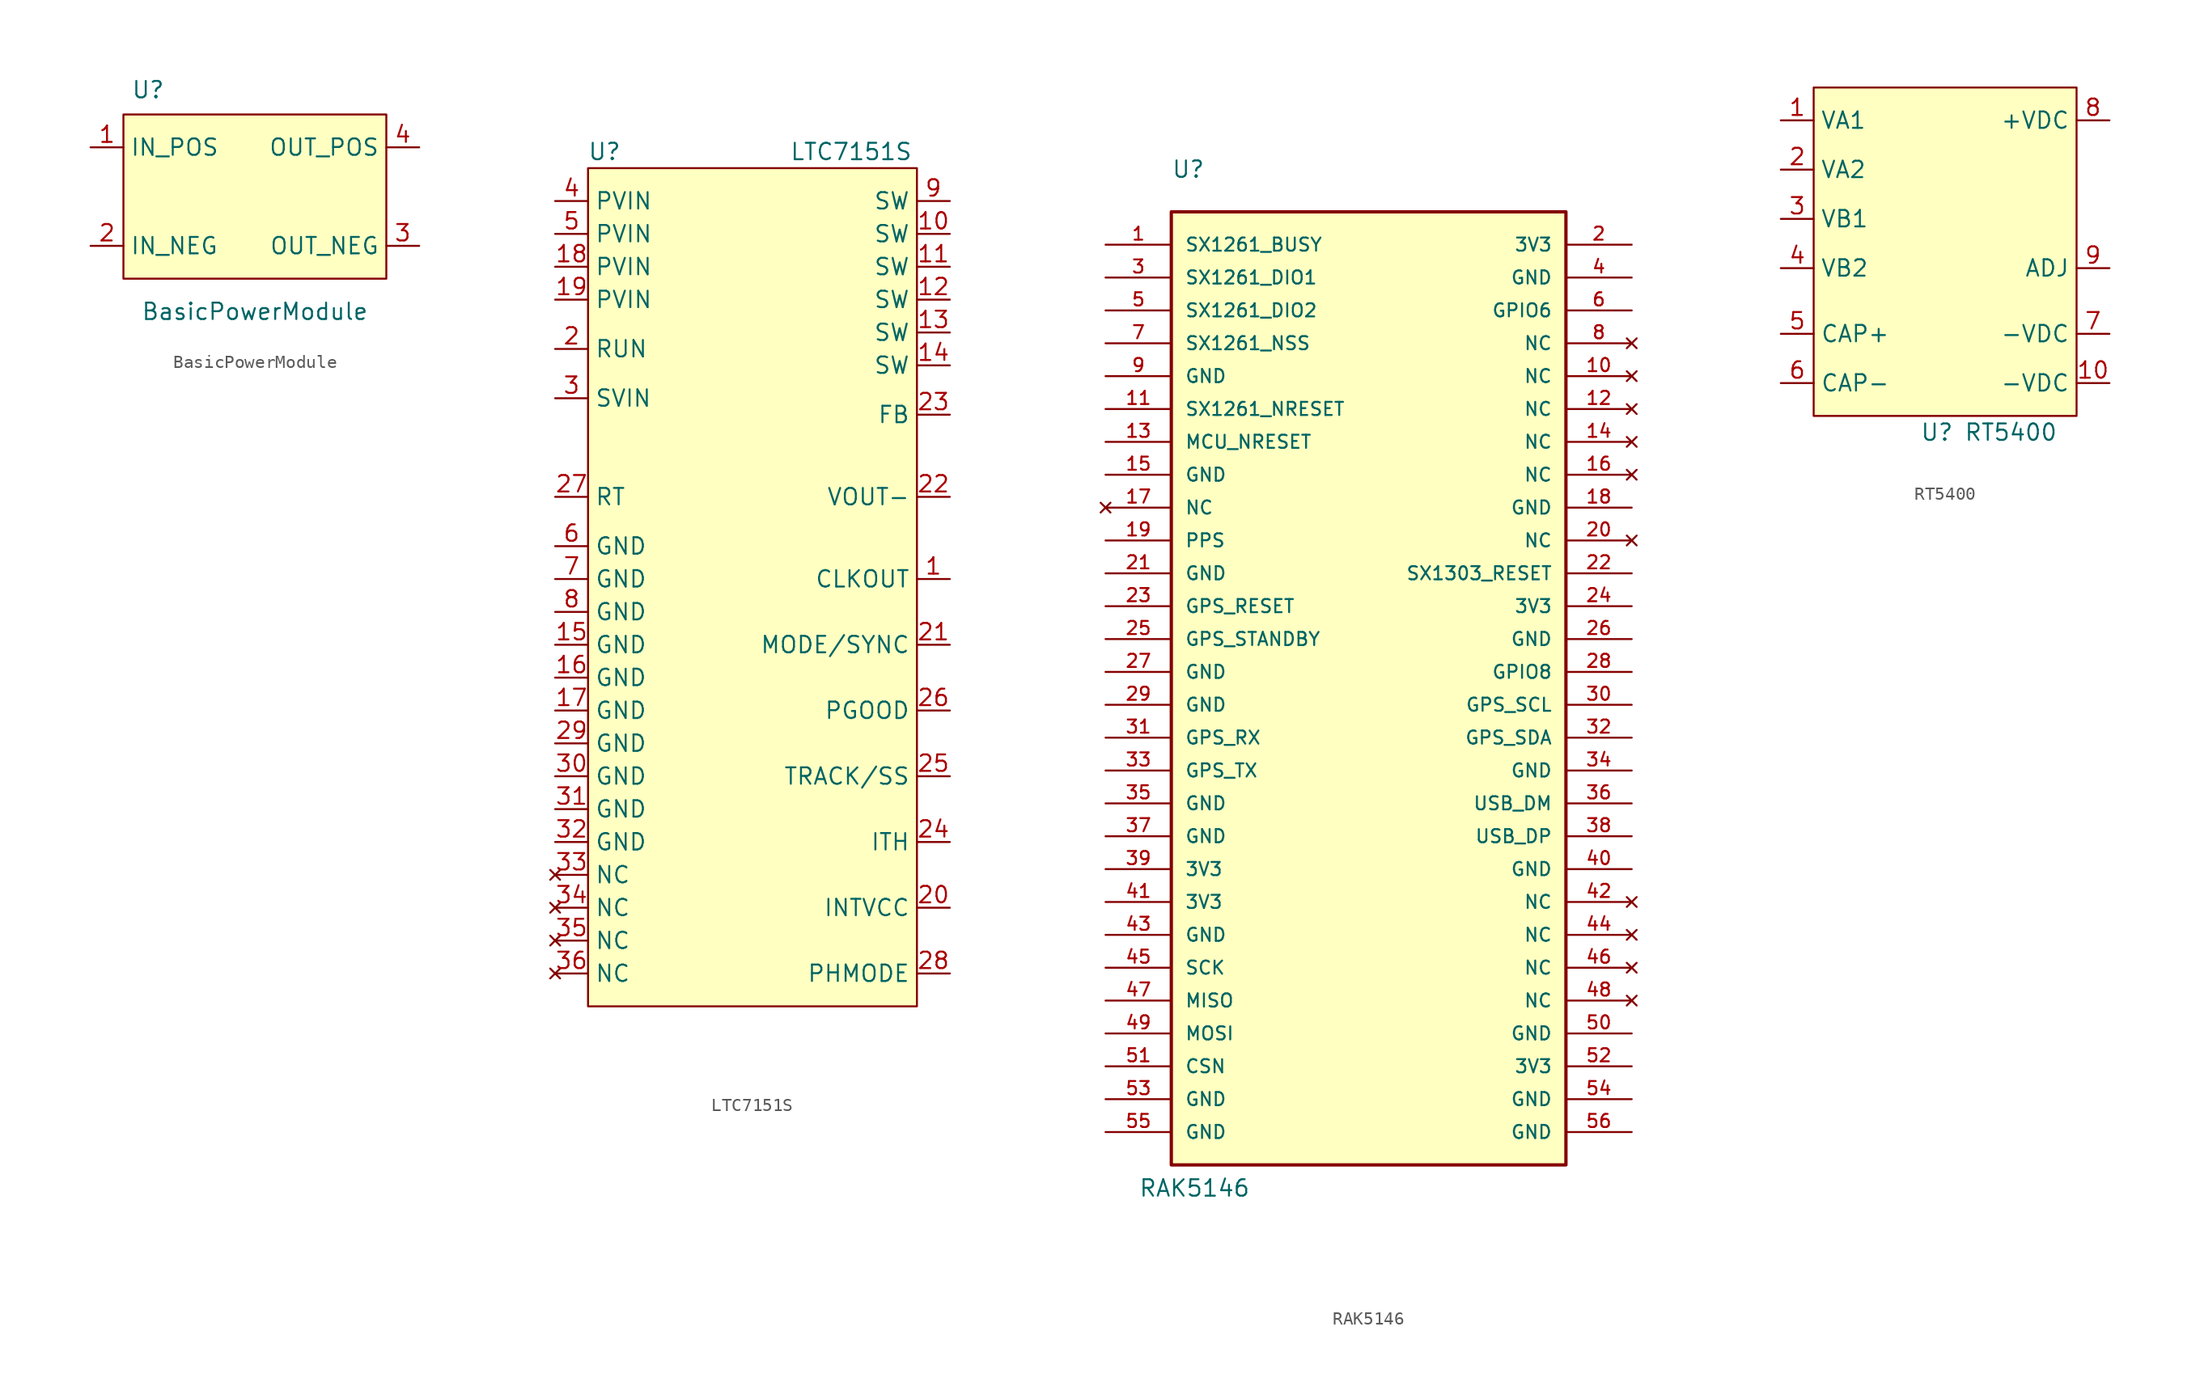
<source format=kicad_sym>
(kicad_symbol_lib
  (version 20211014)
  (generator kicad_symbol_editor)
  (symbol "BasicPowerModule"
    (property "Reference" "U"
      (at -8.255 6.985 0)
      (effects (font (size 1.27 1.27))))
    (property "Value" "BasicPowerModule"
      (at 0 -10.16 0)
      (effects (font (size 1.27 1.27))))
    (symbol "BasicPowerModule_0_1"
      (rectangle (start -10.16 5.08) (end 10.16 -7.62) (stroke (width 0) (type default) (color 0 0 0 0)) (fill (type background))))
    (symbol "BasicPowerModule_1_1"
      (pin power_in line (at -12.7 2.54 0) (length 2.54) (name "IN_POS" (effects (font (size 1.27 1.27)))) (number "1" (effects (font (size 1.27 1.27)))))
      (pin power_in line (at -12.7 -5.08 0) (length 2.54) (name "IN_NEG" (effects (font (size 1.27 1.27)))) (number "2" (effects (font (size 1.27 1.27)))))
      (pin power_out line (at 12.7 -5.08 180) (length 2.54) (name "OUT_NEG" (effects (font (size 1.27 1.27)))) (number "3" (effects (font (size 1.27 1.27)))))
      (pin power_out line (at 12.7 2.54 180) (length 2.54) (name "OUT_POS" (effects (font (size 1.27 1.27)))) (number "4" (effects (font (size 1.27 1.27)))))))
  (symbol "LTC7151S"
    (property "Reference" "U"
      (at -11.43 34.29 0)
      (effects (font (size 1.27 1.27))))
    (property "Value" "LTC7151S"
      (at 7.62 34.29 0)
      (effects (font (size 1.27 1.27))))
    (symbol "LTC7151S_0_1"
      (rectangle (start -12.7 33.02) (end 12.7 -31.75) (stroke (width 0) (type default) (color 0 0 0 0)) (fill (type background))))
    (symbol "LTC7151S_1_1"
      (pin output line (at 15.24 1.27 180) (length 2.54) (name "CLKOUT" (effects (font (size 1.27 1.27)))) (number "1" (effects (font (size 1.27 1.27)))))
      (pin power_out line (at 15.24 27.94 180) (length 2.54) (name "SW" (effects (font (size 1.27 1.27)))) (number "10" (effects (font (size 1.27 1.27)))))
      (pin power_out line (at 15.24 25.4 180) (length 2.54) (name "SW" (effects (font (size 1.27 1.27)))) (number "11" (effects (font (size 1.27 1.27)))))
      (pin power_out line (at 15.24 22.86 180) (length 2.54) (name "SW" (effects (font (size 1.27 1.27)))) (number "12" (effects (font (size 1.27 1.27)))))
      (pin power_out line (at 15.24 20.32 180) (length 2.54) (name "SW" (effects (font (size 1.27 1.27)))) (number "13" (effects (font (size 1.27 1.27)))))
      (pin power_out line (at 15.24 17.78 180) (length 2.54) (name "SW" (effects (font (size 1.27 1.27)))) (number "14" (effects (font (size 1.27 1.27)))))
      (pin power_in line (at -15.24 -3.81 0) (length 2.54) (name "GND" (effects (font (size 1.27 1.27)))) (number "15" (effects (font (size 1.27 1.27)))))
      (pin power_in line (at -15.24 -6.35 0) (length 2.54) (name "GND" (effects (font (size 1.27 1.27)))) (number "16" (effects (font (size 1.27 1.27)))))
      (pin power_in line (at -15.24 -8.89 0) (length 2.54) (name "GND" (effects (font (size 1.27 1.27)))) (number "17" (effects (font (size 1.27 1.27)))))
      (pin power_in line (at -15.24 25.4 0) (length 2.54) (name "PVIN" (effects (font (size 1.27 1.27)))) (number "18" (effects (font (size 1.27 1.27)))))
      (pin power_in line (at -15.24 22.86 0) (length 2.54) (name "PVIN" (effects (font (size 1.27 1.27)))) (number "19" (effects (font (size 1.27 1.27)))))
      (pin input line (at -15.24 19.05 0) (length 2.54) (name "RUN" (effects (font (size 1.27 1.27)))) (number "2" (effects (font (size 1.27 1.27)))))
      (pin power_out line (at 15.24 -24.13 180) (length 2.54) (name "INTVCC" (effects (font (size 1.27 1.27)))) (number "20" (effects (font (size 1.27 1.27)))))
      (pin input line (at 15.24 -3.81 180) (length 2.54) (name "MODE/SYNC" (effects (font (size 1.27 1.27)))) (number "21" (effects (font (size 1.27 1.27)))))
      (pin power_out line (at 15.24 7.62 180) (length 2.54) (name "VOUT-" (effects (font (size 1.27 1.27)))) (number "22" (effects (font (size 1.27 1.27)))))
      (pin input line (at 15.24 13.97 180) (length 2.54) (name "FB" (effects (font (size 1.27 1.27)))) (number "23" (effects (font (size 1.27 1.27)))))
      (pin output line (at 15.24 -19.05 180) (length 2.54) (name "ITH" (effects (font (size 1.27 1.27)))) (number "24" (effects (font (size 1.27 1.27)))))
      (pin output line (at 15.24 -13.97 180) (length 2.54) (name "TRACK/SS" (effects (font (size 1.27 1.27)))) (number "25" (effects (font (size 1.27 1.27)))))
      (pin output line (at 15.24 -8.89 180) (length 2.54) (name "PGOOD" (effects (font (size 1.27 1.27)))) (number "26" (effects (font (size 1.27 1.27)))))
      (pin input line (at -15.24 7.62 0) (length 2.54) (name "RT" (effects (font (size 1.27 1.27)))) (number "27" (effects (font (size 1.27 1.27)))))
      (pin input line (at 15.24 -29.21 180) (length 2.54) (name "PHMODE" (effects (font (size 1.27 1.27)))) (number "28" (effects (font (size 1.27 1.27)))))
      (pin power_in line (at -15.24 -11.43 0) (length 2.54) (name "GND" (effects (font (size 1.27 1.27)))) (number "29" (effects (font (size 1.27 1.27)))))
      (pin power_in line (at -15.24 15.24 0) (length 2.54) (name "SVIN" (effects (font (size 1.27 1.27)))) (number "3" (effects (font (size 1.27 1.27)))))
      (pin power_in line (at -15.24 -13.97 0) (length 2.54) (name "GND" (effects (font (size 1.27 1.27)))) (number "30" (effects (font (size 1.27 1.27)))))
      (pin power_in line (at -15.24 -16.51 0) (length 2.54) (name "GND" (effects (font (size 1.27 1.27)))) (number "31" (effects (font (size 1.27 1.27)))))
      (pin power_in line (at -15.24 -19.05 0) (length 2.54) (name "GND" (effects (font (size 1.27 1.27)))) (number "32" (effects (font (size 1.27 1.27)))))
      (pin no_connect line (at -15.24 -21.59 0) (length 2.54) (name "NC" (effects (font (size 1.27 1.27)))) (number "33" (effects (font (size 1.27 1.27)))))
      (pin no_connect line (at -15.24 -24.13 0) (length 2.54) (name "NC" (effects (font (size 1.27 1.27)))) (number "34" (effects (font (size 1.27 1.27)))))
      (pin no_connect line (at -15.24 -26.67 0) (length 2.54) (name "NC" (effects (font (size 1.27 1.27)))) (number "35" (effects (font (size 1.27 1.27)))))
      (pin no_connect line (at -15.24 -29.21 0) (length 2.54) (name "NC" (effects (font (size 1.27 1.27)))) (number "36" (effects (font (size 1.27 1.27)))))
      (pin power_in line (at -15.24 30.48 0) (length 2.54) (name "PVIN" (effects (font (size 1.27 1.27)))) (number "4" (effects (font (size 1.27 1.27)))))
      (pin power_in line (at -15.24 27.94 0) (length 2.54) (name "PVIN" (effects (font (size 1.27 1.27)))) (number "5" (effects (font (size 1.27 1.27)))))
      (pin power_in line (at -15.24 3.81 0) (length 2.54) (name "GND" (effects (font (size 1.27 1.27)))) (number "6" (effects (font (size 1.27 1.27)))))
      (pin power_in line (at -15.24 1.27 0) (length 2.54) (name "GND" (effects (font (size 1.27 1.27)))) (number "7" (effects (font (size 1.27 1.27)))))
      (pin power_in line (at -15.24 -1.27 0) (length 2.54) (name "GND" (effects (font (size 1.27 1.27)))) (number "8" (effects (font (size 1.27 1.27)))))
      (pin power_out line (at 15.24 30.48 180) (length 2.54) (name "SW" (effects (font (size 1.27 1.27)))) (number "9" (effects (font (size 1.27 1.27)))))))
  (symbol "RAK5146"
    (pin_names
      (offset 1.016))
    (property "Reference" "U"
      (at -15.24 38.1 0)
      (effects (font (size 1.27 1.27)) (justify left bottom)))
    (property "Value" "RAK5146"
      (at -17.78 -40.64 0)
      (effects (font (size 1.27 1.27)) (justify left bottom)))
    (symbol "RAK5146_0_0"
      (rectangle (start -15.24 35.56) (end 15.24 -38.1) (stroke (width 0.254) (type default) (color 0 0 0 0)) (fill (type background)))
      (pin output line (at -20.32 33.02 0) (length 5.08) (name "SX1261_BUSY" (effects (font (size 1.016 1.016)))) (number "1" (effects (font (size 1.016 1.016)))))
      (pin no_connect line (at 20.32 22.86 180) (length 5.08) (name "NC" (effects (font (size 1.016 1.016)))) (number "10" (effects (font (size 1.016 1.016)))))
      (pin input line (at -20.32 20.32 0) (length 5.08) (name "SX1261_NRESET" (effects (font (size 1.016 1.016)))) (number "11" (effects (font (size 1.016 1.016)))))
      (pin no_connect line (at 20.32 20.32 180) (length 5.08) (name "NC" (effects (font (size 1.016 1.016)))) (number "12" (effects (font (size 1.016 1.016)))))
      (pin input line (at -20.32 17.78 0) (length 5.08) (name "MCU_NRESET" (effects (font (size 1.016 1.016)))) (number "13" (effects (font (size 1.016 1.016)))))
      (pin no_connect line (at 20.32 17.78 180) (length 5.08) (name "NC" (effects (font (size 1.016 1.016)))) (number "14" (effects (font (size 1.016 1.016)))))
      (pin power_in line (at -20.32 15.24 0) (length 5.08) (name "GND" (effects (font (size 1.016 1.016)))) (number "15" (effects (font (size 1.016 1.016)))))
      (pin no_connect line (at 20.32 15.24 180) (length 5.08) (name "NC" (effects (font (size 1.016 1.016)))) (number "16" (effects (font (size 1.016 1.016)))))
      (pin no_connect line (at -20.32 12.7 0) (length 5.08) (name "NC" (effects (font (size 1.016 1.016)))) (number "17" (effects (font (size 1.016 1.016)))))
      (pin power_in line (at 20.32 12.7 180) (length 5.08) (name "GND" (effects (font (size 1.016 1.016)))) (number "18" (effects (font (size 1.016 1.016)))))
      (pin output line (at -20.32 10.16 0) (length 5.08) (name "PPS" (effects (font (size 1.016 1.016)))) (number "19" (effects (font (size 1.016 1.016)))))
      (pin power_in line (at 20.32 33.02 180) (length 5.08) (name "3V3" (effects (font (size 1.016 1.016)))) (number "2" (effects (font (size 1.016 1.016)))))
      (pin no_connect line (at 20.32 10.16 180) (length 5.08) (name "NC" (effects (font (size 1.016 1.016)))) (number "20" (effects (font (size 1.016 1.016)))))
      (pin power_in line (at -20.32 7.62 0) (length 5.08) (name "GND" (effects (font (size 1.016 1.016)))) (number "21" (effects (font (size 1.016 1.016)))))
      (pin input line (at 20.32 7.62 180) (length 5.08) (name "SX1303_RESET" (effects (font (size 1.016 1.016)))) (number "22" (effects (font (size 1.016 1.016)))))
      (pin input line (at -20.32 5.08 0) (length 5.08) (name "GPS_RESET" (effects (font (size 1.016 1.016)))) (number "23" (effects (font (size 1.016 1.016)))))
      (pin power_in line (at 20.32 5.08 180) (length 5.08) (name "3V3" (effects (font (size 1.016 1.016)))) (number "24" (effects (font (size 1.016 1.016)))))
      (pin input line (at -20.32 2.54 0) (length 5.08) (name "GPS_STANDBY" (effects (font (size 1.016 1.016)))) (number "25" (effects (font (size 1.016 1.016)))))
      (pin power_in line (at 20.32 2.54 180) (length 5.08) (name "GND" (effects (font (size 1.016 1.016)))) (number "26" (effects (font (size 1.016 1.016)))))
      (pin power_in line (at -20.32 0 0) (length 5.08) (name "GND" (effects (font (size 1.016 1.016)))) (number "27" (effects (font (size 1.016 1.016)))))
      (pin bidirectional line (at 20.32 0 180) (length 5.08) (name "GPIO8" (effects (font (size 1.016 1.016)))) (number "28" (effects (font (size 1.016 1.016)))))
      (pin power_in line (at -20.32 -2.54 0) (length 5.08) (name "GND" (effects (font (size 1.016 1.016)))) (number "29" (effects (font (size 1.016 1.016)))))
      (pin bidirectional line (at -20.32 30.48 0) (length 5.08) (name "SX1261_DIO1" (effects (font (size 1.016 1.016)))) (number "3" (effects (font (size 1.016 1.016)))))
      (pin bidirectional line (at 20.32 -2.54 180) (length 5.08) (name "GPS_SCL" (effects (font (size 1.016 1.016)))) (number "30" (effects (font (size 1.016 1.016)))))
      (pin bidirectional line (at -20.32 -5.08 0) (length 5.08) (name "GPS_RX" (effects (font (size 1.016 1.016)))) (number "31" (effects (font (size 1.016 1.016)))))
      (pin bidirectional line (at 20.32 -5.08 180) (length 5.08) (name "GPS_SDA" (effects (font (size 1.016 1.016)))) (number "32" (effects (font (size 1.016 1.016)))))
      (pin bidirectional line (at -20.32 -7.62 0) (length 5.08) (name "GPS_TX" (effects (font (size 1.016 1.016)))) (number "33" (effects (font (size 1.016 1.016)))))
      (pin power_in line (at 20.32 -7.62 180) (length 5.08) (name "GND" (effects (font (size 1.016 1.016)))) (number "34" (effects (font (size 1.016 1.016)))))
      (pin power_in line (at -20.32 -10.16 0) (length 5.08) (name "GND" (effects (font (size 1.016 1.016)))) (number "35" (effects (font (size 1.016 1.016)))))
      (pin bidirectional line (at 20.32 -10.16 180) (length 5.08) (name "USB_DM" (effects (font (size 1.016 1.016)))) (number "36" (effects (font (size 1.016 1.016)))))
      (pin power_in line (at -20.32 -12.7 0) (length 5.08) (name "GND" (effects (font (size 1.016 1.016)))) (number "37" (effects (font (size 1.016 1.016)))))
      (pin bidirectional line (at 20.32 -12.7 180) (length 5.08) (name "USB_DP" (effects (font (size 1.016 1.016)))) (number "38" (effects (font (size 1.016 1.016)))))
      (pin power_in line (at -20.32 -15.24 0) (length 5.08) (name "3V3" (effects (font (size 1.016 1.016)))) (number "39" (effects (font (size 1.016 1.016)))))
      (pin power_in line (at 20.32 30.48 180) (length 5.08) (name "GND" (effects (font (size 1.016 1.016)))) (number "4" (effects (font (size 1.016 1.016)))))
      (pin power_in line (at 20.32 -15.24 180) (length 5.08) (name "GND" (effects (font (size 1.016 1.016)))) (number "40" (effects (font (size 1.016 1.016)))))
      (pin power_in line (at -20.32 -17.78 0) (length 5.08) (name "3V3" (effects (font (size 1.016 1.016)))) (number "41" (effects (font (size 1.016 1.016)))))
      (pin no_connect line (at 20.32 -17.78 180) (length 5.08) (name "NC" (effects (font (size 1.016 1.016)))) (number "42" (effects (font (size 1.016 1.016)))))
      (pin power_in line (at -20.32 -20.32 0) (length 5.08) (name "GND" (effects (font (size 1.016 1.016)))) (number "43" (effects (font (size 1.016 1.016)))))
      (pin no_connect line (at 20.32 -20.32 180) (length 5.08) (name "NC" (effects (font (size 1.016 1.016)))) (number "44" (effects (font (size 1.016 1.016)))))
      (pin bidirectional line (at -20.32 -22.86 0) (length 5.08) (name "SCK" (effects (font (size 1.016 1.016)))) (number "45" (effects (font (size 1.016 1.016)))))
      (pin no_connect line (at 20.32 -22.86 180) (length 5.08) (name "NC" (effects (font (size 1.016 1.016)))) (number "46" (effects (font (size 1.016 1.016)))))
      (pin bidirectional line (at -20.32 -25.4 0) (length 5.08) (name "MISO" (effects (font (size 1.016 1.016)))) (number "47" (effects (font (size 1.016 1.016)))))
      (pin no_connect line (at 20.32 -25.4 180) (length 5.08) (name "NC" (effects (font (size 1.016 1.016)))) (number "48" (effects (font (size 1.016 1.016)))))
      (pin bidirectional line (at -20.32 -27.94 0) (length 5.08) (name "MOSI" (effects (font (size 1.016 1.016)))) (number "49" (effects (font (size 1.016 1.016)))))
      (pin bidirectional line (at -20.32 27.94 0) (length 5.08) (name "SX1261_DIO2" (effects (font (size 1.016 1.016)))) (number "5" (effects (font (size 1.016 1.016)))))
      (pin power_in line (at 20.32 -27.94 180) (length 5.08) (name "GND" (effects (font (size 1.016 1.016)))) (number "50" (effects (font (size 1.016 1.016)))))
      (pin bidirectional line (at -20.32 -30.48 0) (length 5.08) (name "CSN" (effects (font (size 1.016 1.016)))) (number "51" (effects (font (size 1.016 1.016)))))
      (pin power_in line (at 20.32 -30.48 180) (length 5.08) (name "3V3" (effects (font (size 1.016 1.016)))) (number "52" (effects (font (size 1.016 1.016)))))
      (pin passive line (at -20.32 -33.02 0) (length 5.08) (name "GND" (effects (font (size 1.016 1.016)))) (number "53" (effects (font (size 1.016 1.016)))))
      (pin passive line (at 20.32 -33.02 180) (length 5.08) (name "GND" (effects (font (size 1.016 1.016)))) (number "54" (effects (font (size 1.016 1.016)))))
      (pin passive line (at -20.32 -35.56 0) (length 5.08) (name "GND" (effects (font (size 1.016 1.016)))) (number "55" (effects (font (size 1.016 1.016)))))
      (pin passive line (at 20.32 -35.56 180) (length 5.08) (name "GND" (effects (font (size 1.016 1.016)))) (number "56" (effects (font (size 1.016 1.016)))))
      (pin bidirectional line (at 20.32 27.94 180) (length 5.08) (name "GPIO6" (effects (font (size 1.016 1.016)))) (number "6" (effects (font (size 1.016 1.016)))))
      (pin input line (at -20.32 25.4 0) (length 5.08) (name "SX1261_NSS" (effects (font (size 1.016 1.016)))) (number "7" (effects (font (size 1.016 1.016)))))
      (pin no_connect line (at 20.32 25.4 180) (length 5.08) (name "NC" (effects (font (size 1.016 1.016)))) (number "8" (effects (font (size 1.016 1.016)))))
      (pin power_in line (at -20.32 22.86 0) (length 5.08) (name "GND" (effects (font (size 1.016 1.016)))) (number "9" (effects (font (size 1.016 1.016)))))))
  (symbol "RT5400"
    (property "Reference" "U"
      (at -0.635 -13.97 0)
      (effects (font (size 1.27 1.27))))
    (property "Value" "RT5400"
      (at 5.08 -13.97 0)
      (effects (font (size 1.27 1.27))))
    (symbol "RT5400_0_1"
      (rectangle (start -10.16 12.7) (end 10.16 -12.7) (stroke (width 0) (type default) (color 0 0 0 0)) (fill (type background))))
    (symbol "RT5400_1_1"
      (pin power_in line (at -12.7 10.16 0) (length 2.54) (name "VA1" (effects (font (size 1.27 1.27)))) (number "1" (effects (font (size 1.27 1.27)))))
      (pin power_out line (at 12.7 -10.16 180) (length 2.54) (name "-VDC" (effects (font (size 1.27 1.27)))) (number "10" (effects (font (size 1.27 1.27)))))
      (pin power_in line (at -12.7 6.35 0) (length 2.54) (name "VA2" (effects (font (size 1.27 1.27)))) (number "2" (effects (font (size 1.27 1.27)))))
      (pin power_in line (at -12.7 2.54 0) (length 2.54) (name "VB1" (effects (font (size 1.27 1.27)))) (number "3" (effects (font (size 1.27 1.27)))))
      (pin power_in line (at -12.7 -1.27 0) (length 2.54) (name "VB2" (effects (font (size 1.27 1.27)))) (number "4" (effects (font (size 1.27 1.27)))))
      (pin power_in line (at -12.7 -6.35 0) (length 2.54) (name "CAP+" (effects (font (size 1.27 1.27)))) (number "5" (effects (font (size 1.27 1.27)))))
      (pin power_in line (at -12.7 -10.16 0) (length 2.54) (name "CAP-" (effects (font (size 1.27 1.27)))) (number "6" (effects (font (size 1.27 1.27)))))
      (pin power_out line (at 12.7 -6.35 180) (length 2.54) (name "-VDC" (effects (font (size 1.27 1.27)))) (number "7" (effects (font (size 1.27 1.27)))))
      (pin power_out line (at 12.7 10.16 180) (length 2.54) (name "+VDC" (effects (font (size 1.27 1.27)))) (number "8" (effects (font (size 1.27 1.27)))))
      (pin input line (at 12.7 -1.27 180) (length 2.54) (name "ADJ" (effects (font (size 1.27 1.27)))) (number "9" (effects (font (size 1.27 1.27))))))))
</source>
